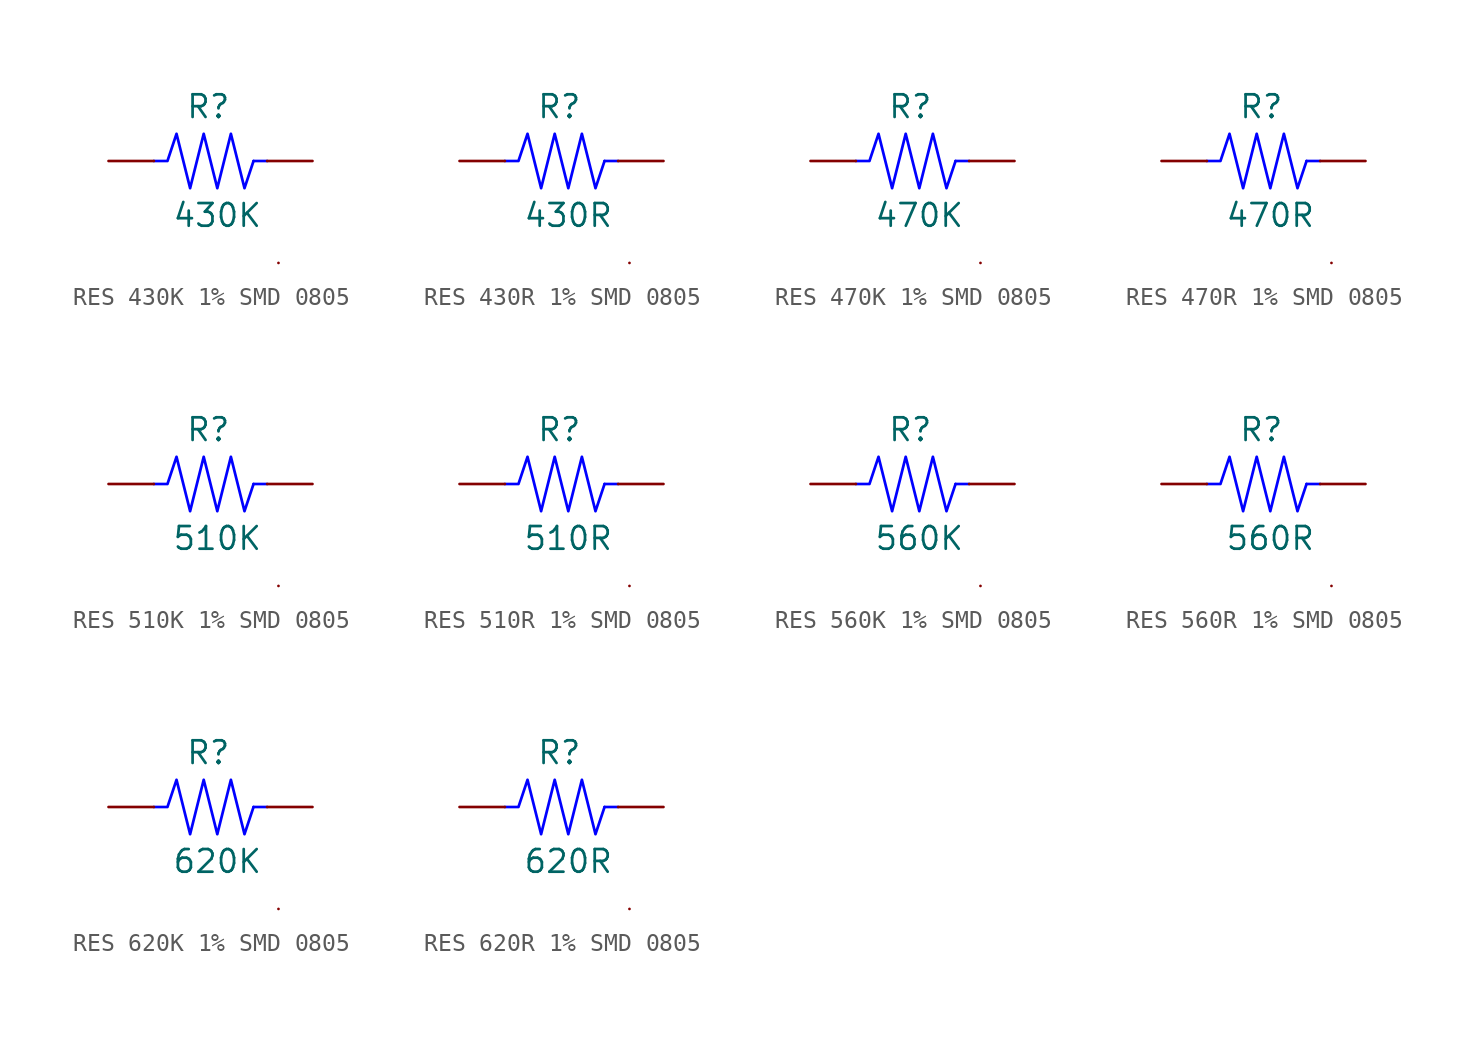
<source format=kicad_sym>
(kicad_symbol_lib
  (version 20231120)
  (generator "kicad_symbol_editor")
  (generator_version "8.0")
  (symbol "RES 430K 1% SMD 0805"
    (pin_numbers hide)
    (pin_names
      (offset 0) hide)
    (property "Reference" "R"
      (at -0.762 3.048 0)
      (effects (font (size 1.27 1.27))))
    (property "Value" "430K"
      (at -0.254 -3.048 0)
      (effects (font (size 1.27 1.27))))
    (symbol "RES 430K 1% SMD 0805_0_1"
      (polyline (pts (xy 1.778 0) (xy 2.54 0)) (stroke (width 0) (type default) (color 0 0 255 1)) (fill (type none)))
      (polyline (pts (xy 3.175 -5.715) (xy 3.175 -5.715)) (stroke (width 0) (type default)) (fill (type none)))
      (polyline (pts (xy -3.81 0) (xy -3.048 0) (xy -2.54 1.524) (xy -1.778 -1.524) (xy -1.016 1.524) (xy -0.254 -1.524) (xy 0.508 1.524) (xy 1.27 -1.524) (xy 1.778 0)) (stroke (width 0) (type default) (color 0 0 255 1)) (fill (type none))))
    (symbol "RES 430K 1% SMD 0805_1_1"
      (pin passive line (at -6.35 0 0) (length 2.54) (name "1" (effects (font (size 1.27 1.27)))) (number "1" (effects (font (size 1.27 1.27)))))
      (pin passive line (at 5.08 0 180) (length 2.54) (name "2" (effects (font (size 1.27 1.27)))) (number "2" (effects (font (size 1.27 1.27)))))))
  (symbol "RES 430R 1% SMD 0805"
    (pin_numbers hide)
    (pin_names
      (offset 0) hide)
    (property "Reference" "R"
      (at -0.762 3.048 0)
      (effects (font (size 1.27 1.27))))
    (property "Value" "430R"
      (at -0.254 -3.048 0)
      (effects (font (size 1.27 1.27))))
    (symbol "RES 430R 1% SMD 0805_0_1"
      (polyline (pts (xy 1.778 0) (xy 2.54 0)) (stroke (width 0) (type default) (color 0 0 255 1)) (fill (type none)))
      (polyline (pts (xy 3.175 -5.715) (xy 3.175 -5.715)) (stroke (width 0) (type default)) (fill (type none)))
      (polyline (pts (xy -3.81 0) (xy -3.048 0) (xy -2.54 1.524) (xy -1.778 -1.524) (xy -1.016 1.524) (xy -0.254 -1.524) (xy 0.508 1.524) (xy 1.27 -1.524) (xy 1.778 0)) (stroke (width 0) (type default) (color 0 0 255 1)) (fill (type none))))
    (symbol "RES 430R 1% SMD 0805_1_1"
      (pin passive line (at -6.35 0 0) (length 2.54) (name "1" (effects (font (size 1.27 1.27)))) (number "1" (effects (font (size 1.27 1.27)))))
      (pin passive line (at 5.08 0 180) (length 2.54) (name "2" (effects (font (size 1.27 1.27)))) (number "2" (effects (font (size 1.27 1.27)))))))
  (symbol "RES 470K 1% SMD 0805"
    (pin_numbers hide)
    (pin_names
      (offset 0) hide)
    (property "Reference" "R"
      (at -0.762 3.048 0)
      (effects (font (size 1.27 1.27))))
    (property "Value" "470K"
      (at -0.254 -3.048 0)
      (effects (font (size 1.27 1.27))))
    (symbol "RES 470K 1% SMD 0805_0_1"
      (polyline (pts (xy 1.778 0) (xy 2.54 0)) (stroke (width 0) (type default) (color 0 0 255 1)) (fill (type none)))
      (polyline (pts (xy 3.175 -5.715) (xy 3.175 -5.715)) (stroke (width 0) (type default)) (fill (type none)))
      (polyline (pts (xy -3.81 0) (xy -3.048 0) (xy -2.54 1.524) (xy -1.778 -1.524) (xy -1.016 1.524) (xy -0.254 -1.524) (xy 0.508 1.524) (xy 1.27 -1.524) (xy 1.778 0)) (stroke (width 0) (type default) (color 0 0 255 1)) (fill (type none))))
    (symbol "RES 470K 1% SMD 0805_1_1"
      (pin passive line (at -6.35 0 0) (length 2.54) (name "1" (effects (font (size 1.27 1.27)))) (number "1" (effects (font (size 1.27 1.27)))))
      (pin passive line (at 5.08 0 180) (length 2.54) (name "2" (effects (font (size 1.27 1.27)))) (number "2" (effects (font (size 1.27 1.27)))))))
  (symbol "RES 470R 1% SMD 0805"
    (pin_numbers hide)
    (pin_names
      (offset 0) hide)
    (property "Reference" "R"
      (at -0.762 3.048 0)
      (effects (font (size 1.27 1.27))))
    (property "Value" "470R"
      (at -0.254 -3.048 0)
      (effects (font (size 1.27 1.27))))
    (symbol "RES 470R 1% SMD 0805_0_1"
      (polyline (pts (xy 1.778 0) (xy 2.54 0)) (stroke (width 0) (type default) (color 0 0 255 1)) (fill (type none)))
      (polyline (pts (xy 3.175 -5.715) (xy 3.175 -5.715)) (stroke (width 0) (type default)) (fill (type none)))
      (polyline (pts (xy -3.81 0) (xy -3.048 0) (xy -2.54 1.524) (xy -1.778 -1.524) (xy -1.016 1.524) (xy -0.254 -1.524) (xy 0.508 1.524) (xy 1.27 -1.524) (xy 1.778 0)) (stroke (width 0) (type default) (color 0 0 255 1)) (fill (type none))))
    (symbol "RES 470R 1% SMD 0805_1_1"
      (pin passive line (at -6.35 0 0) (length 2.54) (name "1" (effects (font (size 1.27 1.27)))) (number "1" (effects (font (size 1.27 1.27)))))
      (pin passive line (at 5.08 0 180) (length 2.54) (name "2" (effects (font (size 1.27 1.27)))) (number "2" (effects (font (size 1.27 1.27)))))))
  (symbol "RES 510K 1% SMD 0805"
    (pin_numbers hide)
    (pin_names
      (offset 0) hide)
    (property "Reference" "R"
      (at -0.762 3.048 0)
      (effects (font (size 1.27 1.27))))
    (property "Value" "510K"
      (at -0.254 -3.048 0)
      (effects (font (size 1.27 1.27))))
    (symbol "RES 510K 1% SMD 0805_0_1"
      (polyline (pts (xy 1.778 0) (xy 2.54 0)) (stroke (width 0) (type default) (color 0 0 255 1)) (fill (type none)))
      (polyline (pts (xy 3.175 -5.715) (xy 3.175 -5.715)) (stroke (width 0) (type default)) (fill (type none)))
      (polyline (pts (xy -3.81 0) (xy -3.048 0) (xy -2.54 1.524) (xy -1.778 -1.524) (xy -1.016 1.524) (xy -0.254 -1.524) (xy 0.508 1.524) (xy 1.27 -1.524) (xy 1.778 0)) (stroke (width 0) (type default) (color 0 0 255 1)) (fill (type none))))
    (symbol "RES 510K 1% SMD 0805_1_1"
      (pin passive line (at -6.35 0 0) (length 2.54) (name "1" (effects (font (size 1.27 1.27)))) (number "1" (effects (font (size 1.27 1.27)))))
      (pin passive line (at 5.08 0 180) (length 2.54) (name "2" (effects (font (size 1.27 1.27)))) (number "2" (effects (font (size 1.27 1.27)))))))
  (symbol "RES 510R 1% SMD 0805"
    (pin_numbers hide)
    (pin_names
      (offset 0) hide)
    (property "Reference" "R"
      (at -0.762 3.048 0)
      (effects (font (size 1.27 1.27))))
    (property "Value" "510R"
      (at -0.254 -3.048 0)
      (effects (font (size 1.27 1.27))))
    (symbol "RES 510R 1% SMD 0805_0_1"
      (polyline (pts (xy 1.778 0) (xy 2.54 0)) (stroke (width 0) (type default) (color 0 0 255 1)) (fill (type none)))
      (polyline (pts (xy 3.175 -5.715) (xy 3.175 -5.715)) (stroke (width 0) (type default)) (fill (type none)))
      (polyline (pts (xy -3.81 0) (xy -3.048 0) (xy -2.54 1.524) (xy -1.778 -1.524) (xy -1.016 1.524) (xy -0.254 -1.524) (xy 0.508 1.524) (xy 1.27 -1.524) (xy 1.778 0)) (stroke (width 0) (type default) (color 0 0 255 1)) (fill (type none))))
    (symbol "RES 510R 1% SMD 0805_1_1"
      (pin passive line (at -6.35 0 0) (length 2.54) (name "1" (effects (font (size 1.27 1.27)))) (number "1" (effects (font (size 1.27 1.27)))))
      (pin passive line (at 5.08 0 180) (length 2.54) (name "2" (effects (font (size 1.27 1.27)))) (number "2" (effects (font (size 1.27 1.27)))))))
  (symbol "RES 560K 1% SMD 0805"
    (pin_numbers hide)
    (pin_names
      (offset 0) hide)
    (property "Reference" "R"
      (at -0.762 3.048 0)
      (effects (font (size 1.27 1.27))))
    (property "Value" "560K"
      (at -0.254 -3.048 0)
      (effects (font (size 1.27 1.27))))
    (symbol "RES 560K 1% SMD 0805_0_1"
      (polyline (pts (xy 1.778 0) (xy 2.54 0)) (stroke (width 0) (type default) (color 0 0 255 1)) (fill (type none)))
      (polyline (pts (xy 3.175 -5.715) (xy 3.175 -5.715)) (stroke (width 0) (type default)) (fill (type none)))
      (polyline (pts (xy -3.81 0) (xy -3.048 0) (xy -2.54 1.524) (xy -1.778 -1.524) (xy -1.016 1.524) (xy -0.254 -1.524) (xy 0.508 1.524) (xy 1.27 -1.524) (xy 1.778 0)) (stroke (width 0) (type default) (color 0 0 255 1)) (fill (type none))))
    (symbol "RES 560K 1% SMD 0805_1_1"
      (pin passive line (at -6.35 0 0) (length 2.54) (name "1" (effects (font (size 1.27 1.27)))) (number "1" (effects (font (size 1.27 1.27)))))
      (pin passive line (at 5.08 0 180) (length 2.54) (name "2" (effects (font (size 1.27 1.27)))) (number "2" (effects (font (size 1.27 1.27)))))))
  (symbol "RES 560R 1% SMD 0805"
    (pin_numbers hide)
    (pin_names
      (offset 0) hide)
    (property "Reference" "R"
      (at -0.762 3.048 0)
      (effects (font (size 1.27 1.27))))
    (property "Value" "560R"
      (at -0.254 -3.048 0)
      (effects (font (size 1.27 1.27))))
    (symbol "RES 560R 1% SMD 0805_0_1"
      (polyline (pts (xy 1.778 0) (xy 2.54 0)) (stroke (width 0) (type default) (color 0 0 255 1)) (fill (type none)))
      (polyline (pts (xy 3.175 -5.715) (xy 3.175 -5.715)) (stroke (width 0) (type default)) (fill (type none)))
      (polyline (pts (xy -3.81 0) (xy -3.048 0) (xy -2.54 1.524) (xy -1.778 -1.524) (xy -1.016 1.524) (xy -0.254 -1.524) (xy 0.508 1.524) (xy 1.27 -1.524) (xy 1.778 0)) (stroke (width 0) (type default) (color 0 0 255 1)) (fill (type none))))
    (symbol "RES 560R 1% SMD 0805_1_1"
      (pin passive line (at -6.35 0 0) (length 2.54) (name "1" (effects (font (size 1.27 1.27)))) (number "1" (effects (font (size 1.27 1.27)))))
      (pin passive line (at 5.08 0 180) (length 2.54) (name "2" (effects (font (size 1.27 1.27)))) (number "2" (effects (font (size 1.27 1.27)))))))
  (symbol "RES 620K 1% SMD 0805"
    (pin_numbers hide)
    (pin_names
      (offset 0) hide)
    (property "Reference" "R"
      (at -0.762 3.048 0)
      (effects (font (size 1.27 1.27))))
    (property "Value" "620K"
      (at -0.254 -3.048 0)
      (effects (font (size 1.27 1.27))))
    (symbol "RES 620K 1% SMD 0805_0_1"
      (polyline (pts (xy 1.778 0) (xy 2.54 0)) (stroke (width 0) (type default) (color 0 0 255 1)) (fill (type none)))
      (polyline (pts (xy 3.175 -5.715) (xy 3.175 -5.715)) (stroke (width 0) (type default)) (fill (type none)))
      (polyline (pts (xy -3.81 0) (xy -3.048 0) (xy -2.54 1.524) (xy -1.778 -1.524) (xy -1.016 1.524) (xy -0.254 -1.524) (xy 0.508 1.524) (xy 1.27 -1.524) (xy 1.778 0)) (stroke (width 0) (type default) (color 0 0 255 1)) (fill (type none))))
    (symbol "RES 620K 1% SMD 0805_1_1"
      (pin passive line (at -6.35 0 0) (length 2.54) (name "1" (effects (font (size 1.27 1.27)))) (number "1" (effects (font (size 1.27 1.27)))))
      (pin passive line (at 5.08 0 180) (length 2.54) (name "2" (effects (font (size 1.27 1.27)))) (number "2" (effects (font (size 1.27 1.27)))))))
  (symbol "RES 620R 1% SMD 0805"
    (pin_numbers hide)
    (pin_names
      (offset 0) hide)
    (property "Reference" "R"
      (at -0.762 3.048 0)
      (effects (font (size 1.27 1.27))))
    (property "Value" "620R"
      (at -0.254 -3.048 0)
      (effects (font (size 1.27 1.27))))
    (symbol "RES 620R 1% SMD 0805_0_1"
      (polyline (pts (xy 1.778 0) (xy 2.54 0)) (stroke (width 0) (type default) (color 0 0 255 1)) (fill (type none)))
      (polyline (pts (xy 3.175 -5.715) (xy 3.175 -5.715)) (stroke (width 0) (type default)) (fill (type none)))
      (polyline (pts (xy -3.81 0) (xy -3.048 0) (xy -2.54 1.524) (xy -1.778 -1.524) (xy -1.016 1.524) (xy -0.254 -1.524) (xy 0.508 1.524) (xy 1.27 -1.524) (xy 1.778 0)) (stroke (width 0) (type default) (color 0 0 255 1)) (fill (type none))))
    (symbol "RES 620R 1% SMD 0805_1_1"
      (pin passive line (at -6.35 0 0) (length 2.54) (name "1" (effects (font (size 1.27 1.27)))) (number "1" (effects (font (size 1.27 1.27)))))
      (pin passive line (at 5.08 0 180) (length 2.54) (name "2" (effects (font (size 1.27 1.27)))) (number "2" (effects (font (size 1.27 1.27))))))))
</source>
